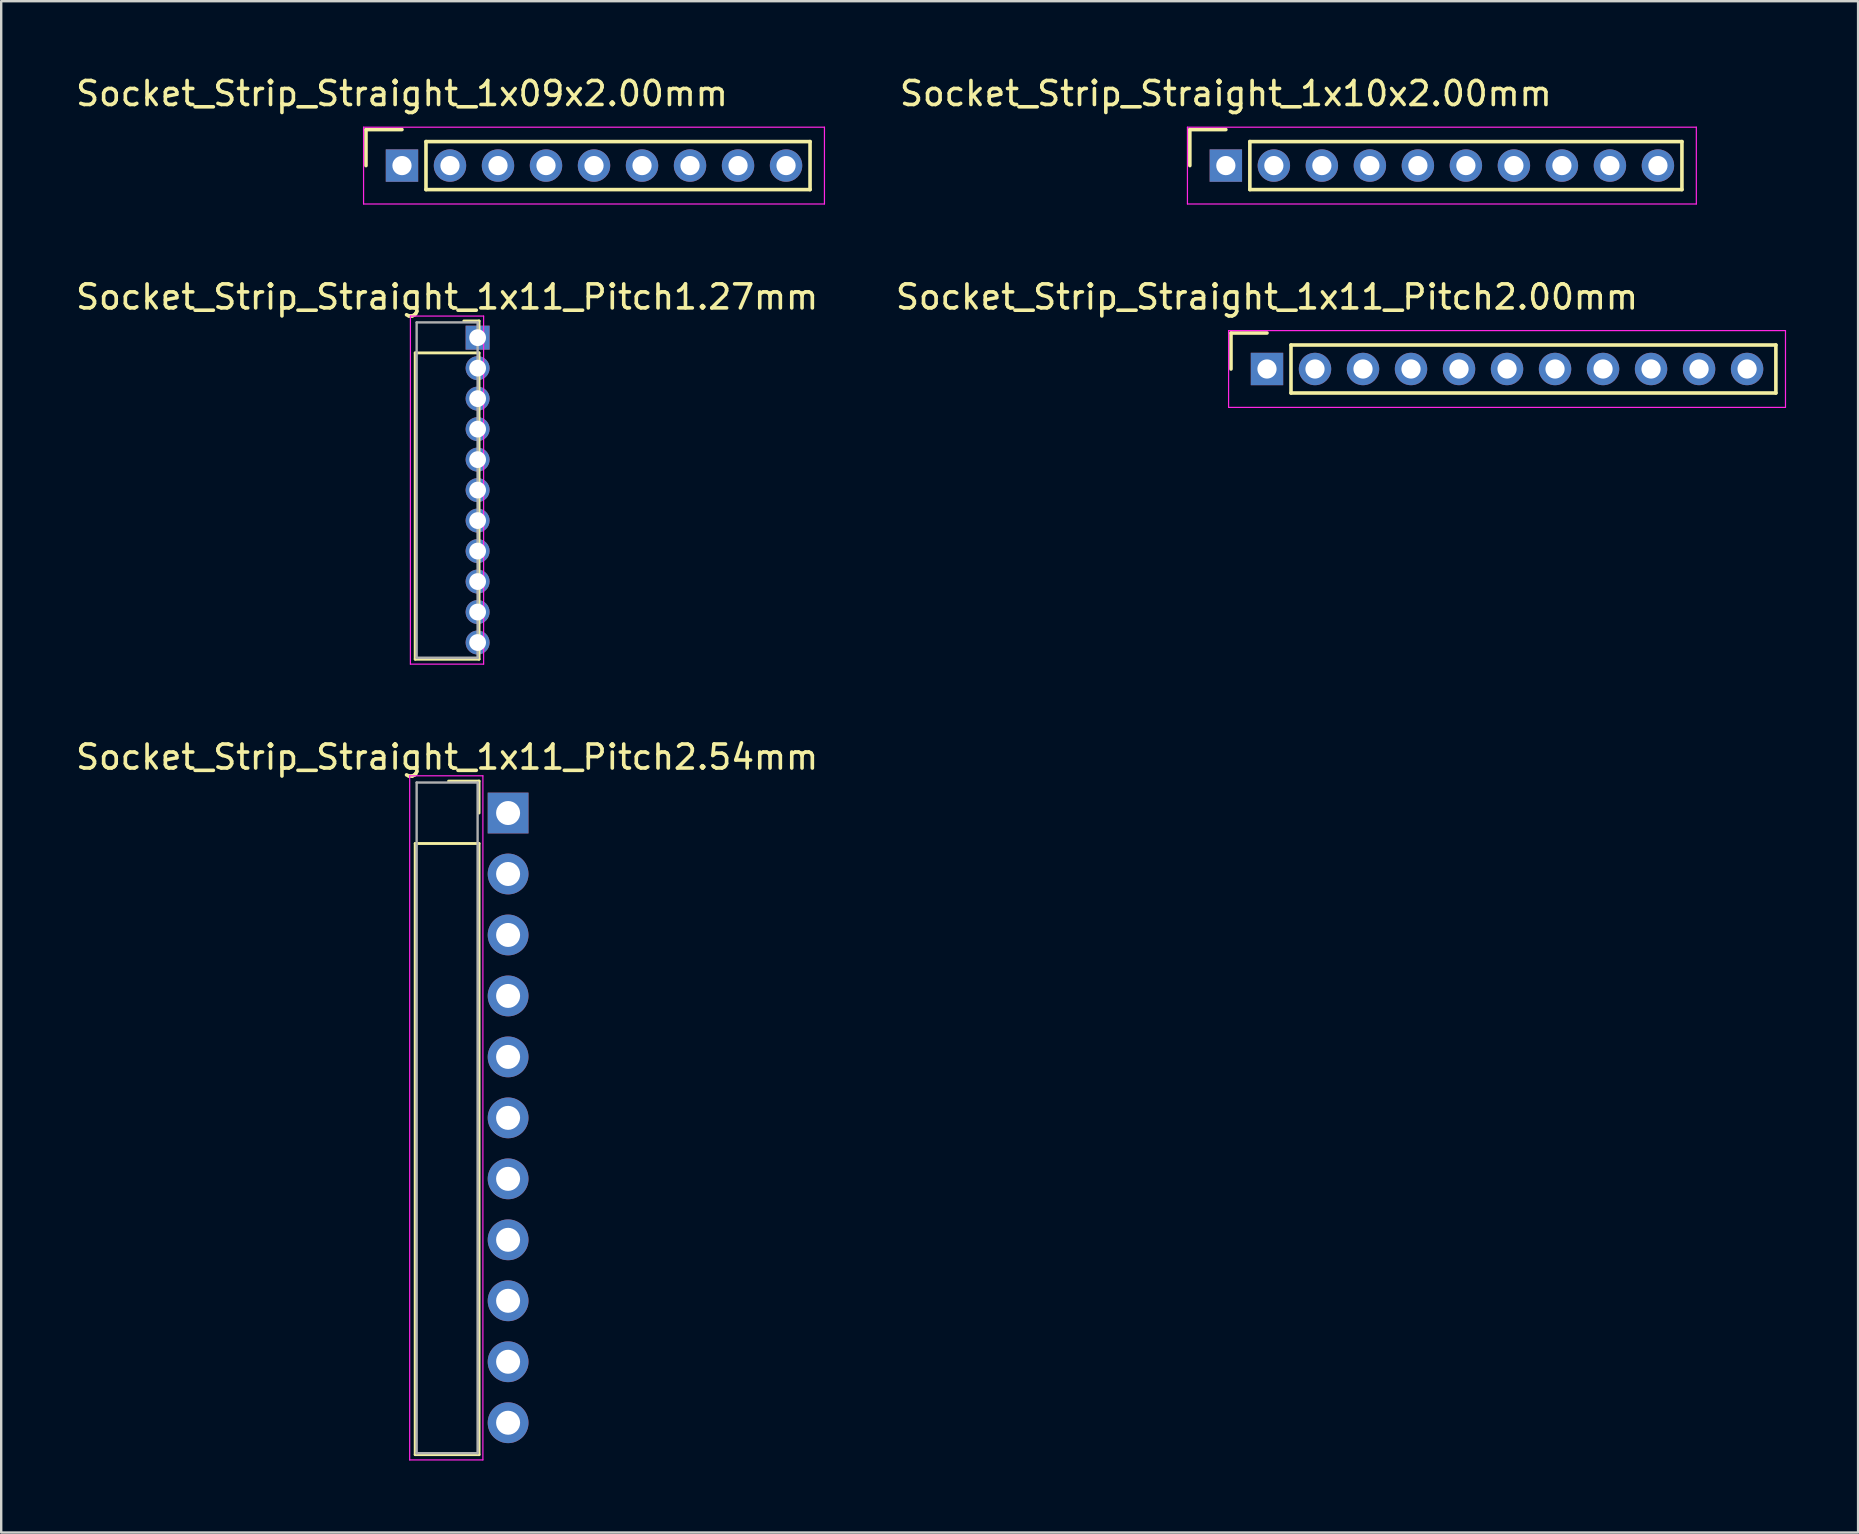
<source format=kicad_pcb>
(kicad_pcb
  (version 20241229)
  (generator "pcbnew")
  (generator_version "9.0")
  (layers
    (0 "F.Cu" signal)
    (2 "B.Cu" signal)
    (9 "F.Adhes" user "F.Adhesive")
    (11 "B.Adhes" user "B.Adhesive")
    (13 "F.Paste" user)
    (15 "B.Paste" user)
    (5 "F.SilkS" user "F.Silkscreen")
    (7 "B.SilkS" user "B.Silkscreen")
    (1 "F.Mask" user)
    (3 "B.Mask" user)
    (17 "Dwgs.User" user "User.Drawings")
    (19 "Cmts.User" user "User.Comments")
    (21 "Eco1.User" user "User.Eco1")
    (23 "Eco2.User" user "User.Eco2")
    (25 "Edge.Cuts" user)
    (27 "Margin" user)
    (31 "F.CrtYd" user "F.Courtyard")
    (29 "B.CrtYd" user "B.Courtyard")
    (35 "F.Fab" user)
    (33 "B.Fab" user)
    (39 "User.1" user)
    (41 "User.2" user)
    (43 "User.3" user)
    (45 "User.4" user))
  (footprint "Socket_Strip_Straight_1x10x2.00mm"
    (layer "F.Cu")
    (at 48.018 3.848)
    (property "Reference" "Socket_Strip_Straight_1x10x2.00mm" (at 0 -3 0) (layer "F.SilkS") (effects (font (size 1 1) (thickness 0.15))))
    (attr through_hole)
    (fp_line (start -1.5 -1.5) (end -1.5 0) (stroke (width 0.15) (type solid)) (layer "F.SilkS"))
    (fp_line (start 0 -1.5) (end -1.5 -1.5) (stroke (width 0.15) (type solid)) (layer "F.SilkS"))
    (fp_line (start 1 -1) (end 1 1) (stroke (width 0.15) (type solid)) (layer "F.SilkS"))
    (fp_line (start 1 1) (end 19 1) (stroke (width 0.15) (type solid)) (layer "F.SilkS"))
    (fp_line (start 19 -1) (end 1 -1) (stroke (width 0.15) (type solid)) (layer "F.SilkS"))
    (fp_line (start 19 1) (end 19 -1) (stroke (width 0.15) (type solid)) (layer "F.SilkS"))
    (fp_line (start -1.6 -1.6) (end -1.6 1.6) (stroke (width 0.05) (type solid)) (layer "F.CrtYd"))
    (fp_line (start -1.6 1.6) (end 19.6 1.6) (stroke (width 0.05) (type solid)) (layer "F.CrtYd"))
    (fp_line (start 19.6 -1.6) (end -1.6 -1.6) (stroke (width 0.05) (type solid)) (layer "F.CrtYd"))
    (fp_line (start 19.6 1.6) (end 19.6 -1.6) (stroke (width 0.05) (type solid)) (layer "F.CrtYd"))
    (pad "1" thru_hole rect (at 0 0) (size 1.35 1.35) (drill 0.8) (layers "*.Cu" "*.Mask"))
    (pad "2" thru_hole circle (at 2 0) (size 1.35 1.35) (drill 0.8) (layers "*.Cu" "*.Mask"))
    (pad "3" thru_hole circle (at 4 0) (size 1.35 1.35) (drill 0.8) (layers "*.Cu" "*.Mask"))
    (pad "4" thru_hole circle (at 6 0) (size 1.35 1.35) (drill 0.8) (layers "*.Cu" "*.Mask"))
    (pad "5" thru_hole circle (at 8 0) (size 1.35 1.35) (drill 0.8) (layers "*.Cu" "*.Mask"))
    (pad "6" thru_hole circle (at 10 0) (size 1.35 1.35) (drill 0.8) (layers "*.Cu" "*.Mask"))
    (pad "7" thru_hole circle (at 12 0) (size 1.35 1.35) (drill 0.8) (layers "*.Cu" "*.Mask"))
    (pad "8" thru_hole circle (at 14 0) (size 1.35 1.35) (drill 0.8) (layers "*.Cu" "*.Mask"))
    (pad "9" thru_hole circle (at 16 0) (size 1.35 1.35) (drill 0.8) (layers "*.Cu" "*.Mask"))
    (pad "10" thru_hole circle (at 18 0) (size 1.35 1.35) (drill 0.8) (layers "*.Cu" "*.Mask")))
  (footprint "Socket_Strip_Straight_1x11_Pitch2.00mm"
    (layer "F.Cu")
    (at 49.732 12.322)
    (property "Reference" "Socket_Strip_Straight_1x11_Pitch2.00mm" (at 0 -3 0) (layer "F.SilkS") (effects (font (size 1 1) (thickness 0.15))))
    (attr through_hole)
    (fp_line (start -1.5 -1.5) (end -1.5 0) (stroke (width 0.15) (type solid)) (layer "F.SilkS"))
    (fp_line (start 0 -1.5) (end -1.5 -1.5) (stroke (width 0.15) (type solid)) (layer "F.SilkS"))
    (fp_line (start 1 -1) (end 1 1) (stroke (width 0.15) (type solid)) (layer "F.SilkS"))
    (fp_line (start 1 1) (end 21.2 1) (stroke (width 0.15) (type solid)) (layer "F.SilkS"))
    (fp_line (start 21.2 -1) (end 1 -1) (stroke (width 0.15) (type solid)) (layer "F.SilkS"))
    (fp_line (start 21.2 1) (end 21.2 -1) (stroke (width 0.15) (type solid)) (layer "F.SilkS"))
    (fp_line (start -1.6 -1.6) (end -1.6 1.6) (stroke (width 0.05) (type solid)) (layer "F.CrtYd"))
    (fp_line (start -1.6 1.6) (end 21.6 1.6) (stroke (width 0.05) (type solid)) (layer "F.CrtYd"))
    (fp_line (start 21.6 -1.6) (end -1.6 -1.6) (stroke (width 0.05) (type solid)) (layer "F.CrtYd"))
    (fp_line (start 21.6 1.6) (end 21.6 -1.6) (stroke (width 0.05) (type solid)) (layer "F.CrtYd"))
    (pad "1" thru_hole rect (at 0 0) (size 1.35 1.35) (drill 0.8) (layers "*.Cu" "*.Mask"))
    (pad "2" thru_hole circle (at 2 0) (size 1.35 1.35) (drill 0.8) (layers "*.Cu" "*.Mask"))
    (pad "3" thru_hole circle (at 4 0) (size 1.35 1.35) (drill 0.8) (layers "*.Cu" "*.Mask"))
    (pad "4" thru_hole circle (at 6 0) (size 1.35 1.35) (drill 0.8) (layers "*.Cu" "*.Mask"))
    (pad "5" thru_hole circle (at 8 0) (size 1.35 1.35) (drill 0.8) (layers "*.Cu" "*.Mask"))
    (pad "6" thru_hole circle (at 10 0) (size 1.35 1.35) (drill 0.8) (layers "*.Cu" "*.Mask"))
    (pad "7" thru_hole circle (at 12 0) (size 1.35 1.35) (drill 0.8) (layers "*.Cu" "*.Mask"))
    (pad "8" thru_hole circle (at 14 0) (size 1.35 1.35) (drill 0.8) (layers "*.Cu" "*.Mask"))
    (pad "9" thru_hole circle (at 16 0) (size 1.35 1.35) (drill 0.8) (layers "*.Cu" "*.Mask"))
    (pad "10" thru_hole circle (at 18 0) (size 1.35 1.35) (drill 0.8) (layers "*.Cu" "*.Mask"))
    (pad "11" thru_hole circle (at 20 0) (size 1.35 1.35) (drill 0.8) (layers "*.Cu" "*.Mask")))
  (footprint "Socket_Strip_Straight_1x11_Pitch1.27mm"
    (layer "F.Cu")
    (at 16.847 11.017)
    (property "Reference" "Socket_Strip_Straight_1x11_Pitch1.27mm" (at -1.27 -1.695 0) (layer "F.SilkS") (effects (font (size 1 1) (thickness 0.15))))
    (attr through_hole)
    (fp_line (start -2.6 0.635) (end -2.6 13.395) (stroke (width 0.12) (type solid)) (layer "F.SilkS"))
    (fp_line (start -2.6 13.395) (end 0.06 13.395) (stroke (width 0.12) (type solid)) (layer "F.SilkS"))
    (fp_line (start 0.06 -0.695) (end -0.575 -0.695) (stroke (width 0.12) (type solid)) (layer "F.SilkS"))
    (fp_line (start 0.06 0) (end 0.06 -0.695) (stroke (width 0.12) (type solid)) (layer "F.SilkS"))
    (fp_line (start 0.06 0.635) (end -2.6 0.635) (stroke (width 0.12) (type solid)) (layer "F.SilkS"))
    (fp_line (start 0.06 13.395) (end 0.06 0.635) (stroke (width 0.12) (type solid)) (layer "F.SilkS"))
    (fp_line (start -2.8 -0.9) (end -2.8 13.6) (stroke (width 0.05) (type solid)) (layer "F.CrtYd"))
    (fp_line (start -2.8 13.6) (end 0.25 13.6) (stroke (width 0.05) (type solid)) (layer "F.CrtYd"))
    (fp_line (start 0.25 -0.9) (end -2.8 -0.9) (stroke (width 0.05) (type solid)) (layer "F.CrtYd"))
    (fp_line (start 0.25 13.6) (end 0.25 -0.9) (stroke (width 0.05) (type solid)) (layer "F.CrtYd"))
    (fp_line (start -2.54 -0.635) (end -2.54 13.335) (stroke (width 0.1) (type solid)) (layer "F.Fab"))
    (fp_line (start -2.54 13.335) (end 0 13.335) (stroke (width 0.1) (type solid)) (layer "F.Fab"))
    (fp_line (start 0 -0.635) (end -2.54 -0.635) (stroke (width 0.1) (type solid)) (layer "F.Fab"))
    (fp_line (start 0 13.335) (end 0 -0.635) (stroke (width 0.1) (type solid)) (layer "F.Fab"))
    (pad "1" thru_hole rect (at 0 0) (size 1 1) (drill 0.7) (layers "*.Cu" "*.Mask"))
    (pad "2" thru_hole oval (at 0 1.27) (size 1 1) (drill 0.7) (layers "*.Cu" "*.Mask"))
    (pad "3" thru_hole oval (at 0 2.54) (size 1 1) (drill 0.7) (layers "*.Cu" "*.Mask"))
    (pad "4" thru_hole oval (at 0 3.81) (size 1 1) (drill 0.7) (layers "*.Cu" "*.Mask"))
    (pad "5" thru_hole oval (at 0 5.08) (size 1 1) (drill 0.7) (layers "*.Cu" "*.Mask"))
    (pad "6" thru_hole oval (at 0 6.35) (size 1 1) (drill 0.7) (layers "*.Cu" "*.Mask"))
    (pad "7" thru_hole oval (at 0 7.62) (size 1 1) (drill 0.7) (layers "*.Cu" "*.Mask"))
    (pad "8" thru_hole oval (at 0 8.89) (size 1 1) (drill 0.7) (layers "*.Cu" "*.Mask"))
    (pad "9" thru_hole oval (at 0 10.16) (size 1 1) (drill 0.7) (layers "*.Cu" "*.Mask"))
    (pad "10" thru_hole oval (at 0 11.43) (size 1 1) (drill 0.7) (layers "*.Cu" "*.Mask"))
    (pad "11" thru_hole oval (at 0 12.7) (size 1 1) (drill 0.7) (layers "*.Cu" "*.Mask")))
  (footprint "Socket_Strip_Straight_1x11_Pitch2.54mm"
    (layer "F.Cu")
    (at 18.117 30.82)
    (property "Reference" "Socket_Strip_Straight_1x11_Pitch2.54mm" (at -2.54 -2.33 0) (layer "F.SilkS") (effects (font (size 1 1) (thickness 0.15))))
    (attr through_hole)
    (fp_line (start -3.87 1.27) (end -3.87 26.73) (stroke (width 0.12) (type solid)) (layer "F.SilkS"))
    (fp_line (start -3.87 26.73) (end -1.21 26.73) (stroke (width 0.12) (type solid)) (layer "F.SilkS"))
    (fp_line (start -1.21 -1.33) (end -2.48 -1.33) (stroke (width 0.12) (type solid)) (layer "F.SilkS"))
    (fp_line (start -1.21 0) (end -1.21 -1.33) (stroke (width 0.12) (type solid)) (layer "F.SilkS"))
    (fp_line (start -1.21 1.27) (end -3.87 1.27) (stroke (width 0.12) (type solid)) (layer "F.SilkS"))
    (fp_line (start -1.21 26.73) (end -1.21 1.27) (stroke (width 0.12) (type solid)) (layer "F.SilkS"))
    (fp_line (start -4.1 -1.55) (end -4.1 26.95) (stroke (width 0.05) (type solid)) (layer "F.CrtYd"))
    (fp_line (start -4.1 26.95) (end -1.05 26.95) (stroke (width 0.05) (type solid)) (layer "F.CrtYd"))
    (fp_line (start -1.05 -1.55) (end -4.1 -1.55) (stroke (width 0.05) (type solid)) (layer "F.CrtYd"))
    (fp_line (start -1.05 26.95) (end -1.05 -1.55) (stroke (width 0.05) (type solid)) (layer "F.CrtYd"))
    (fp_line (start -3.81 -1.27) (end -3.81 26.67) (stroke (width 0.1) (type solid)) (layer "F.Fab"))
    (fp_line (start -3.81 26.67) (end -1.27 26.67) (stroke (width 0.1) (type solid)) (layer "F.Fab"))
    (fp_line (start -1.27 -1.27) (end -3.81 -1.27) (stroke (width 0.1) (type solid)) (layer "F.Fab"))
    (fp_line (start -1.27 26.67) (end -1.27 -1.27) (stroke (width 0.1) (type solid)) (layer "F.Fab"))
    (pad "1" thru_hole rect (at 0 0) (size 1.7 1.7) (drill 1) (layers "*.Cu" "*.Mask"))
    (pad "2" thru_hole oval (at 0 2.54) (size 1.7 1.7) (drill 1) (layers "*.Cu" "*.Mask"))
    (pad "3" thru_hole oval (at 0 5.08) (size 1.7 1.7) (drill 1) (layers "*.Cu" "*.Mask"))
    (pad "4" thru_hole oval (at 0 7.62) (size 1.7 1.7) (drill 1) (layers "*.Cu" "*.Mask"))
    (pad "5" thru_hole oval (at 0 10.16) (size 1.7 1.7) (drill 1) (layers "*.Cu" "*.Mask"))
    (pad "6" thru_hole oval (at 0 12.7) (size 1.7 1.7) (drill 1) (layers "*.Cu" "*.Mask"))
    (pad "7" thru_hole oval (at 0 15.24) (size 1.7 1.7) (drill 1) (layers "*.Cu" "*.Mask"))
    (pad "8" thru_hole oval (at 0 17.78) (size 1.7 1.7) (drill 1) (layers "*.Cu" "*.Mask"))
    (pad "9" thru_hole oval (at 0 20.32) (size 1.7 1.7) (drill 1) (layers "*.Cu" "*.Mask"))
    (pad "10" thru_hole oval (at 0 22.86) (size 1.7 1.7) (drill 1) (layers "*.Cu" "*.Mask"))
    (pad "11" thru_hole oval (at 0 25.4) (size 1.7 1.7) (drill 1) (layers "*.Cu" "*.Mask")))
  (footprint "Socket_Strip_Straight_1x09x2.00mm"
    (layer "F.Cu")
    (at 13.696 3.848)
    (property "Reference" "Socket_Strip_Straight_1x09x2.00mm" (at 0 -3 0) (layer "F.SilkS") (effects (font (size 1 1) (thickness 0.15))))
    (attr through_hole)
    (fp_line (start -1.5 -1.5) (end -1.5 0) (stroke (width 0.15) (type solid)) (layer "F.SilkS"))
    (fp_line (start 0 -1.5) (end -1.5 -1.5) (stroke (width 0.15) (type solid)) (layer "F.SilkS"))
    (fp_line (start 1 -1) (end 1 1) (stroke (width 0.15) (type solid)) (layer "F.SilkS"))
    (fp_line (start 1 1) (end 17 1) (stroke (width 0.15) (type solid)) (layer "F.SilkS"))
    (fp_line (start 17 -1) (end 1 -1) (stroke (width 0.15) (type solid)) (layer "F.SilkS"))
    (fp_line (start 17 1) (end 17 -1) (stroke (width 0.15) (type solid)) (layer "F.SilkS"))
    (fp_line (start -1.6 -1.6) (end -1.6 1.6) (stroke (width 0.05) (type solid)) (layer "F.CrtYd"))
    (fp_line (start -1.6 1.6) (end 17.6 1.6) (stroke (width 0.05) (type solid)) (layer "F.CrtYd"))
    (fp_line (start 17.6 -1.6) (end -1.6 -1.6) (stroke (width 0.05) (type solid)) (layer "F.CrtYd"))
    (fp_line (start 17.6 1.6) (end 17.6 -1.6) (stroke (width 0.05) (type solid)) (layer "F.CrtYd"))
    (pad "1" thru_hole rect (at 0 0) (size 1.35 1.35) (drill 0.8) (layers "*.Cu" "*.Mask"))
    (pad "2" thru_hole circle (at 2 0) (size 1.35 1.35) (drill 0.8) (layers "*.Cu" "*.Mask"))
    (pad "3" thru_hole circle (at 4 0) (size 1.35 1.35) (drill 0.8) (layers "*.Cu" "*.Mask"))
    (pad "4" thru_hole circle (at 6 0) (size 1.35 1.35) (drill 0.8) (layers "*.Cu" "*.Mask"))
    (pad "5" thru_hole circle (at 8 0) (size 1.35 1.35) (drill 0.8) (layers "*.Cu" "*.Mask"))
    (pad "6" thru_hole circle (at 10 0) (size 1.35 1.35) (drill 0.8) (layers "*.Cu" "*.Mask"))
    (pad "7" thru_hole circle (at 12 0) (size 1.35 1.35) (drill 0.8) (layers "*.Cu" "*.Mask"))
    (pad "8" thru_hole circle (at 14 0) (size 1.35 1.35) (drill 0.8) (layers "*.Cu" "*.Mask"))
    (pad "9" thru_hole circle (at 16 0) (size 1.35 1.35) (drill 0.8) (layers "*.Cu" "*.Mask")))
  (gr_rect
    (start -3 -3)
    (end 74.357 60.795)
    (stroke (width 0.1) (type default))
    (fill no)
    (layer "Edge.Cuts")))
</source>
